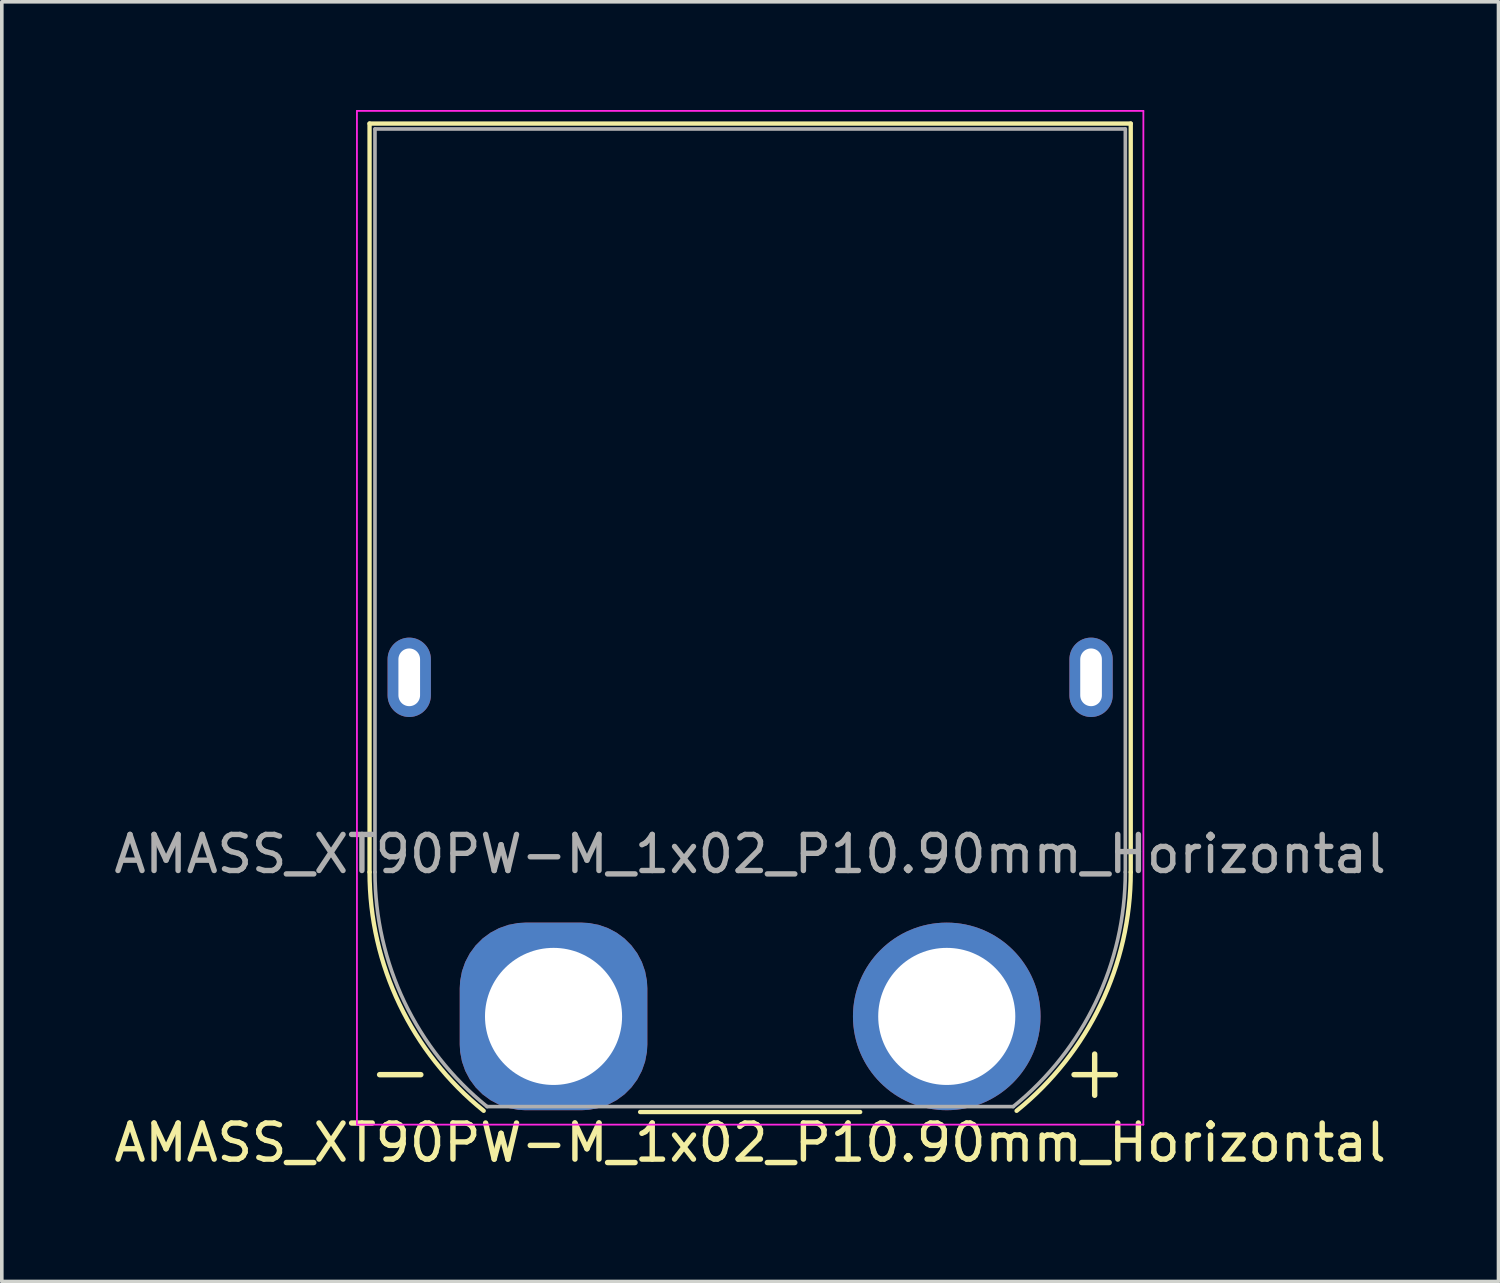
<source format=kicad_pcb>
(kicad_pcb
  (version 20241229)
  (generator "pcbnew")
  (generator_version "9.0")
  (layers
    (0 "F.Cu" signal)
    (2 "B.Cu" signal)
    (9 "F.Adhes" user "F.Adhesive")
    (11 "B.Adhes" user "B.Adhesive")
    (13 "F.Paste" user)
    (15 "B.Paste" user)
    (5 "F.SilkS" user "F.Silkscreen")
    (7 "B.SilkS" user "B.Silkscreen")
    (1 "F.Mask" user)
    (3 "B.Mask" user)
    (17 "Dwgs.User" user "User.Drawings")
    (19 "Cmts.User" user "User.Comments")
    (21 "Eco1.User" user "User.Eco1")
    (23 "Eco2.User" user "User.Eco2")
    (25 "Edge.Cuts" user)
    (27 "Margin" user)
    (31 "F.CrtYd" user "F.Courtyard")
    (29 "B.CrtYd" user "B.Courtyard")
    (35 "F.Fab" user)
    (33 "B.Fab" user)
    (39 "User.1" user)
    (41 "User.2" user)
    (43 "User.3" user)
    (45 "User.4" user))
  (footprint "AMASS_XT90PW-M_1x02_P10.90mm_Horizontal"
    (layer "F.Cu")
    (at 12.294 25.125)
    (property "Reference" "AMASS_XT90PW-M_1x02_P10.90mm_Horizontal" (at 5.45 3.5 0) (layer "F.SilkS") (effects (font (size 1 1) (thickness 0.15))))
    (attr through_hole)
    (fp_line (start -5.1 -24.75) (end -5.1 -4) (stroke (width 0.12) (type solid)) (layer "F.SilkS"))
    (fp_line (start -5.1 -24.75) (end 16 -24.75) (stroke (width 0.12) (type solid)) (layer "F.SilkS"))
    (fp_line (start 2.4 2.65) (end 8.5 2.65) (stroke (width 0.12) (type solid)) (layer "F.SilkS"))
    (fp_line (start 16 -24.75) (end 16 -4) (stroke (width 0.12) (type solid)) (layer "F.SilkS"))
    (fp_arc (start -1.935896 2.616511) (mid -4.268282 -0.332924) (end -5.1 -3.999999) (stroke (width 0.12) (type default)) (layer "F.SilkS"))
    (fp_arc (start 15.999999 -4) (mid 15.168282 -0.332925) (end 12.835896 2.616511) (stroke (width 0.12) (type default)) (layer "F.SilkS"))
    (fp_line (start -5.45 -25.1) (end -5.45 3) (stroke (width 0.05) (type solid)) (layer "F.CrtYd"))
    (fp_line (start -5.45 -25.1) (end 16.35 -25.1) (stroke (width 0.05) (type solid)) (layer "F.CrtYd"))
    (fp_line (start 16.35 -25.1) (end 16.35 3) (stroke (width 0.05) (type solid)) (layer "F.CrtYd"))
    (fp_line (start 16.35 3) (end -5.45 3) (stroke (width 0.05) (type solid)) (layer "F.CrtYd"))
    (fp_line (start -4.95 -24.6) (end -4.95 -4) (stroke (width 0.1) (type solid)) (layer "F.Fab"))
    (fp_line (start -4.95 -24.6) (end 15.85 -24.6) (stroke (width 0.1) (type solid)) (layer "F.Fab"))
    (fp_line (start -1.84 2.5) (end 12.74 2.5) (stroke (width 0.1) (type solid)) (layer "F.Fab"))
    (fp_line (start 15.85 -24.6) (end 15.85 -4) (stroke (width 0.1) (type solid)) (layer "F.Fab"))
    (fp_arc (start -1.841734 2.49975) (mid -4.132961 -0.397637) (end -4.950001 -3.999999) (stroke (width 0.1) (type default)) (layer "F.Fab"))
    (fp_arc (start 15.85 -4) (mid 15.03296 -0.397638) (end 12.741733 2.499749) (stroke (width 0.1) (type default)) (layer "F.Fab"))
    (fp_text user "-" (at -4.25 1.5 0) (layer "F.SilkS") (effects (font (size 1.5 1.5) (thickness 0.15))))
    (fp_text user "+" (at 15 1.5 0) (layer "F.SilkS") (effects (font (size 1.5 1.5) (thickness 0.15))))
    (fp_text user "${REFERENCE}" (at 5.45 -4.5 0) (layer "F.Fab") (effects (font (size 1 1) (thickness 0.15))))
    (pad "" thru_hole oval (at -4 -9.4) (size 1.2 2.2) (drill oval 0.6 1.6) (layers "*.Cu" "*.Mask"))
    (pad "" thru_hole oval (at 14.9 -9.4) (size 1.2 2.2) (drill oval 0.6 1.6) (layers "*.Cu" "*.Mask"))
    (pad "1" thru_hole roundrect (at 0 0) (size 5.2 5.2) (drill 3.8) (layers "*.Cu" "*.Mask") (roundrect_rratio 0.35))
    (pad "2" thru_hole circle (at 10.9 0) (size 5.2 5.2) (drill 3.8) (layers "*.Cu" "*.Mask")))
  (gr_rect
    (start -3 -3)
    (end 38.488 32.473)
    (stroke (width 0.1) (type default))
    (fill no)
    (layer "Edge.Cuts")))
</source>
